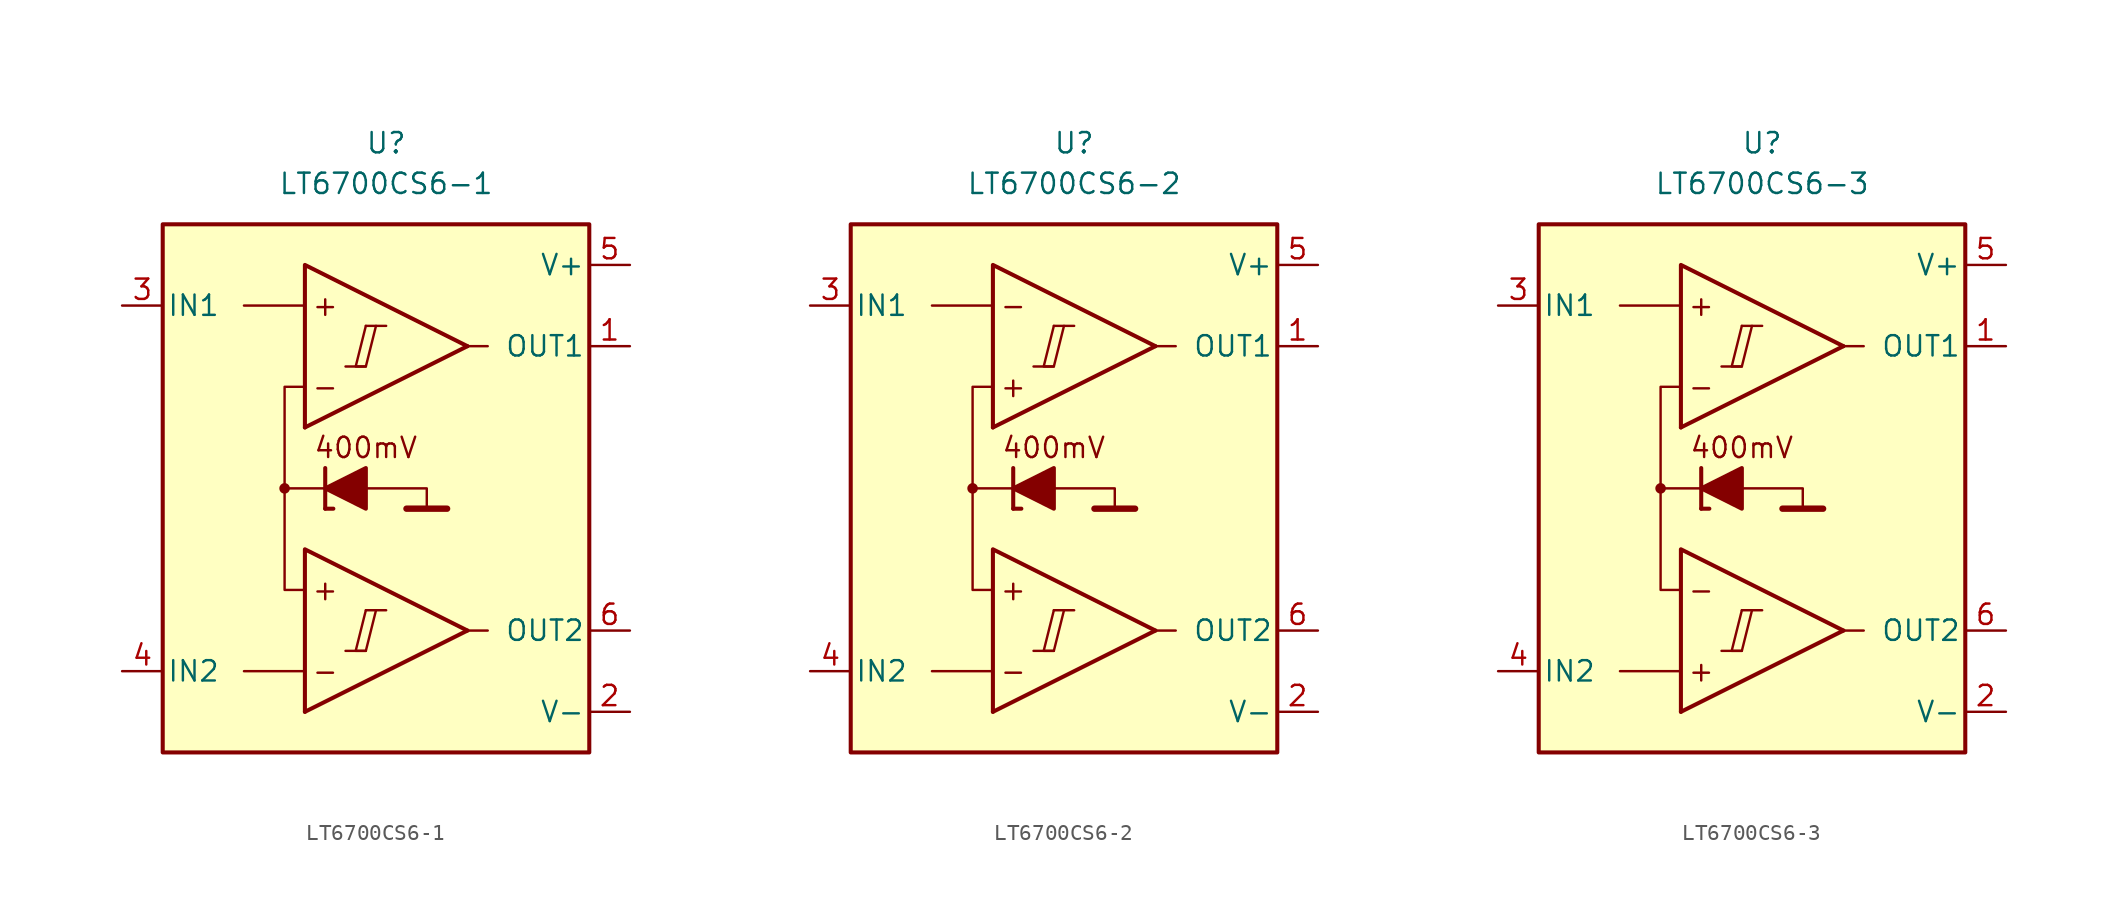
<source format=kicad_sym>
(kicad_symbol_lib
  (version 20231120)
  (generator "kicad_symbol_editor")
  (generator_version "8.0")
  (symbol "LT6700CS6-1"
    (pin_names
      (offset 0.254))
    (property "Reference" "U"
      (at 0 22.86 0)
      (effects (font (size 1.27 1.27))))
    (property "Value" "LT6700CS6-1"
      (at 0 20.32 0)
      (effects (font (size 1.27 1.27))))
    (symbol "LT6700CS6-1_0_0"
      (rectangle (start -13.97 17.78) (end 12.7 -15.24) (stroke (width 0.254) (type default)) (fill (type background)))
      (circle (center -6.35 1.27) (radius 0.254) (stroke (width 0.152) (type default)) (fill (type outline)))
      (polyline (pts (xy -2.54 -8.89) (xy -1.27 -8.89)) (stroke (width 0.152) (type default)) (fill (type none)))
      (polyline (pts (xy -2.54 8.89) (xy -1.27 8.89)) (stroke (width 0.152) (type default)) (fill (type none)))
      (polyline (pts (xy -1.27 -6.35) (xy 0 -6.35)) (stroke (width 0.152) (type default)) (fill (type none)))
      (polyline (pts (xy -1.27 11.43) (xy 0 11.43)) (stroke (width 0.152) (type default)) (fill (type none)))
      (polyline (pts (xy 5.08 -7.62) (xy -5.08 -12.7)) (stroke (width 0.254) (type default)) (fill (type none)))
      (polyline (pts (xy 5.08 10.16) (xy -5.08 5.08)) (stroke (width 0.254) (type default)) (fill (type none)))
      (polyline (pts (xy 5.08 -7.62) (xy -5.08 -2.54) (xy -5.08 -12.7)) (stroke (width 0.254) (type default)) (fill (type background)))
      (polyline (pts (xy 5.08 10.16) (xy -5.08 15.24) (xy -5.08 5.08)) (stroke (width 0.254) (type default)) (fill (type background)))
      (polyline (pts (xy -1.27 -6.35) (xy -1.905 -8.89) (xy -1.27 -8.89) (xy -0.635 -6.35)) (stroke (width 0.152) (type default)) (fill (type none)))
      (polyline (pts (xy -1.27 11.43) (xy -1.905 8.89) (xy -1.27 8.89) (xy -0.635 11.43)) (stroke (width 0.152) (type default)) (fill (type none)))
      (text "+" (at -3.81 -5.08 0) (effects (font (size 1.27 1.27))))
      (text "+" (at -3.81 12.7 0) (effects (font (size 1.27 1.27))))
      (text "-" (at -3.81 -10.16 0) (effects (font (size 1.27 1.27))))
      (text "-" (at -3.81 7.62 0) (effects (font (size 1.27 1.27)))))
    (symbol "LT6700CS6-1_0_1"
      (polyline (pts (xy -5.08 -10.16) (xy -8.89 -10.16)) (stroke (width 0) (type default)) (fill (type none)))
      (polyline (pts (xy -5.08 12.7) (xy -8.89 12.7)) (stroke (width 0) (type default)) (fill (type none)))
      (polyline (pts (xy -3.81 0) (xy -3.81 2.54)) (stroke (width 0.254) (type default)) (fill (type none)))
      (polyline (pts (xy -3.81 0) (xy -3.302 0)) (stroke (width 0.254) (type default)) (fill (type none)))
      (polyline (pts (xy -3.81 1.27) (xy -6.35 1.27)) (stroke (width 0.152) (type default)) (fill (type none)))
      (polyline (pts (xy 1.27 0) (xy 3.81 0)) (stroke (width 0.4) (type default)) (fill (type none)))
      (polyline (pts (xy 5.08 -7.62) (xy 6.35 -7.62)) (stroke (width 0) (type default)) (fill (type none)))
      (polyline (pts (xy 5.08 10.16) (xy 6.35 10.16)) (stroke (width 0) (type default)) (fill (type none)))
      (polyline (pts (xy -1.27 1.27) (xy 2.54 1.27) (xy 2.54 0)) (stroke (width 0.152) (type default)) (fill (type none)))
      (polyline (pts (xy -5.08 -5.08) (xy -6.35 -5.08) (xy -6.35 7.62) (xy -5.08 7.62)) (stroke (width 0.152) (type default)) (fill (type none)))
      (polyline (pts (xy -1.27 2.54) (xy -1.27 0) (xy -3.81 1.27) (xy -1.27 2.54)) (stroke (width 0.254) (type default)) (fill (type outline))))
    (symbol "LT6700CS6-1_1_0"
      (text "400mV" (at -1.27 3.81 0) (effects (font (size 1.27 1.27)))))
    (symbol "LT6700CS6-1_1_1"
      (pin output line (at 15.24 10.16 180) (length 2.54) (name "OUT1" (effects (font (size 1.27 1.27)))) (number "1" (effects (font (size 1.27 1.27)))))
      (pin power_in line (at 15.24 -12.7 180) (length 2.54) (name "V-" (effects (font (size 1.27 1.27)))) (number "2" (effects (font (size 1.27 1.27)))))
      (pin input line (at -16.51 12.7 0) (length 2.54) (name "IN1" (effects (font (size 1.27 1.27)))) (number "3" (effects (font (size 1.27 1.27)))))
      (pin input line (at -16.51 -10.16 0) (length 2.54) (name "IN2" (effects (font (size 1.27 1.27)))) (number "4" (effects (font (size 1.27 1.27)))))
      (pin power_in line (at 15.24 15.24 180) (length 2.54) (name "V+" (effects (font (size 1.27 1.27)))) (number "5" (effects (font (size 1.27 1.27)))))
      (pin output line (at 15.24 -7.62 180) (length 2.54) (name "OUT2" (effects (font (size 1.27 1.27)))) (number "6" (effects (font (size 1.27 1.27)))))))
  (symbol "LT6700CS6-2"
    (pin_names
      (offset 0.254))
    (property "Reference" "U"
      (at 0 22.86 0)
      (effects (font (size 1.27 1.27))))
    (property "Value" "LT6700CS6-2"
      (at 0 20.32 0)
      (effects (font (size 1.27 1.27))))
    (symbol "LT6700CS6-2_0_0"
      (rectangle (start -13.97 17.78) (end 12.7 -15.24) (stroke (width 0.254) (type default)) (fill (type background)))
      (circle (center -6.35 1.27) (radius 0.254) (stroke (width 0.152) (type default)) (fill (type outline)))
      (polyline (pts (xy -2.54 -8.89) (xy -1.27 -8.89)) (stroke (width 0.152) (type default)) (fill (type none)))
      (polyline (pts (xy -2.54 8.89) (xy -1.27 8.89)) (stroke (width 0.152) (type default)) (fill (type none)))
      (polyline (pts (xy -1.27 -6.35) (xy 0 -6.35)) (stroke (width 0.152) (type default)) (fill (type none)))
      (polyline (pts (xy -1.27 11.43) (xy 0 11.43)) (stroke (width 0.152) (type default)) (fill (type none)))
      (polyline (pts (xy 5.08 -7.62) (xy -5.08 -12.7)) (stroke (width 0.254) (type default)) (fill (type none)))
      (polyline (pts (xy 5.08 10.16) (xy -5.08 5.08)) (stroke (width 0.254) (type default)) (fill (type none)))
      (polyline (pts (xy 5.08 -7.62) (xy -5.08 -2.54) (xy -5.08 -12.7)) (stroke (width 0.254) (type default)) (fill (type background)))
      (polyline (pts (xy 5.08 10.16) (xy -5.08 15.24) (xy -5.08 5.08)) (stroke (width 0.254) (type default)) (fill (type background)))
      (polyline (pts (xy -1.27 -6.35) (xy -1.905 -8.89) (xy -1.27 -8.89) (xy -0.635 -6.35)) (stroke (width 0.152) (type default)) (fill (type none)))
      (polyline (pts (xy -1.27 11.43) (xy -1.905 8.89) (xy -1.27 8.89) (xy -0.635 11.43)) (stroke (width 0.152) (type default)) (fill (type none)))
      (text "+" (at -3.81 -5.08 0) (effects (font (size 1.27 1.27))))
      (text "+" (at -3.81 7.62 0) (effects (font (size 1.27 1.27))))
      (text "-" (at -3.81 -10.16 0) (effects (font (size 1.27 1.27))))
      (text "-" (at -3.81 12.7 0) (effects (font (size 1.27 1.27)))))
    (symbol "LT6700CS6-2_0_1"
      (polyline (pts (xy -5.08 -10.16) (xy -8.89 -10.16)) (stroke (width 0) (type default)) (fill (type none)))
      (polyline (pts (xy -5.08 12.7) (xy -8.89 12.7)) (stroke (width 0) (type default)) (fill (type none)))
      (polyline (pts (xy -3.81 0) (xy -3.81 2.54)) (stroke (width 0.254) (type default)) (fill (type none)))
      (polyline (pts (xy -3.81 0) (xy -3.302 0)) (stroke (width 0.254) (type default)) (fill (type none)))
      (polyline (pts (xy -3.81 1.27) (xy -6.35 1.27)) (stroke (width 0.152) (type default)) (fill (type none)))
      (polyline (pts (xy 1.27 0) (xy 3.81 0)) (stroke (width 0.4) (type default)) (fill (type none)))
      (polyline (pts (xy 5.08 -7.62) (xy 6.35 -7.62)) (stroke (width 0) (type default)) (fill (type none)))
      (polyline (pts (xy 5.08 10.16) (xy 6.35 10.16)) (stroke (width 0) (type default)) (fill (type none)))
      (polyline (pts (xy -1.27 1.27) (xy 2.54 1.27) (xy 2.54 0)) (stroke (width 0.152) (type default)) (fill (type none)))
      (polyline (pts (xy -5.08 -5.08) (xy -6.35 -5.08) (xy -6.35 7.62) (xy -5.08 7.62)) (stroke (width 0.152) (type default)) (fill (type none)))
      (polyline (pts (xy -1.27 2.54) (xy -1.27 0) (xy -3.81 1.27) (xy -1.27 2.54)) (stroke (width 0.254) (type default)) (fill (type outline))))
    (symbol "LT6700CS6-2_1_0"
      (text "400mV" (at -1.27 3.81 0) (effects (font (size 1.27 1.27)))))
    (symbol "LT6700CS6-2_1_1"
      (pin output line (at 15.24 10.16 180) (length 2.54) (name "OUT1" (effects (font (size 1.27 1.27)))) (number "1" (effects (font (size 1.27 1.27)))))
      (pin power_in line (at 15.24 -12.7 180) (length 2.54) (name "V-" (effects (font (size 1.27 1.27)))) (number "2" (effects (font (size 1.27 1.27)))))
      (pin input line (at -16.51 12.7 0) (length 2.54) (name "IN1" (effects (font (size 1.27 1.27)))) (number "3" (effects (font (size 1.27 1.27)))))
      (pin input line (at -16.51 -10.16 0) (length 2.54) (name "IN2" (effects (font (size 1.27 1.27)))) (number "4" (effects (font (size 1.27 1.27)))))
      (pin power_in line (at 15.24 15.24 180) (length 2.54) (name "V+" (effects (font (size 1.27 1.27)))) (number "5" (effects (font (size 1.27 1.27)))))
      (pin output line (at 15.24 -7.62 180) (length 2.54) (name "OUT2" (effects (font (size 1.27 1.27)))) (number "6" (effects (font (size 1.27 1.27)))))))
  (symbol "LT6700CS6-3"
    (pin_names
      (offset 0.254))
    (property "Reference" "U"
      (at 0 22.86 0)
      (effects (font (size 1.27 1.27))))
    (property "Value" "LT6700CS6-3"
      (at 0 20.32 0)
      (effects (font (size 1.27 1.27))))
    (symbol "LT6700CS6-3_0_0"
      (rectangle (start -13.97 17.78) (end 12.7 -15.24) (stroke (width 0.254) (type default)) (fill (type background)))
      (circle (center -6.35 1.27) (radius 0.254) (stroke (width 0.152) (type default)) (fill (type outline)))
      (polyline (pts (xy -2.54 -8.89) (xy -1.27 -8.89)) (stroke (width 0.152) (type default)) (fill (type none)))
      (polyline (pts (xy -2.54 8.89) (xy -1.27 8.89)) (stroke (width 0.152) (type default)) (fill (type none)))
      (polyline (pts (xy -1.27 -6.35) (xy 0 -6.35)) (stroke (width 0.152) (type default)) (fill (type none)))
      (polyline (pts (xy -1.27 11.43) (xy 0 11.43)) (stroke (width 0.152) (type default)) (fill (type none)))
      (polyline (pts (xy 5.08 -7.62) (xy -5.08 -12.7)) (stroke (width 0.254) (type default)) (fill (type none)))
      (polyline (pts (xy 5.08 10.16) (xy -5.08 5.08)) (stroke (width 0.254) (type default)) (fill (type none)))
      (polyline (pts (xy 5.08 -7.62) (xy -5.08 -2.54) (xy -5.08 -12.7)) (stroke (width 0.254) (type default)) (fill (type background)))
      (polyline (pts (xy 5.08 10.16) (xy -5.08 15.24) (xy -5.08 5.08)) (stroke (width 0.254) (type default)) (fill (type background)))
      (polyline (pts (xy -1.27 -6.35) (xy -1.905 -8.89) (xy -1.27 -8.89) (xy -0.635 -6.35)) (stroke (width 0.152) (type default)) (fill (type none)))
      (polyline (pts (xy -1.27 11.43) (xy -1.905 8.89) (xy -1.27 8.89) (xy -0.635 11.43)) (stroke (width 0.152) (type default)) (fill (type none)))
      (text "+" (at -3.81 -10.16 0) (effects (font (size 1.27 1.27))))
      (text "+" (at -3.81 12.7 0) (effects (font (size 1.27 1.27))))
      (text "-" (at -3.81 -5.08 0) (effects (font (size 1.27 1.27))))
      (text "-" (at -3.81 7.62 0) (effects (font (size 1.27 1.27)))))
    (symbol "LT6700CS6-3_0_1"
      (polyline (pts (xy -5.08 -10.16) (xy -8.89 -10.16)) (stroke (width 0) (type default)) (fill (type none)))
      (polyline (pts (xy -5.08 12.7) (xy -8.89 12.7)) (stroke (width 0) (type default)) (fill (type none)))
      (polyline (pts (xy -3.81 0) (xy -3.81 2.54)) (stroke (width 0.254) (type default)) (fill (type none)))
      (polyline (pts (xy -3.81 0) (xy -3.302 0)) (stroke (width 0.254) (type default)) (fill (type none)))
      (polyline (pts (xy -3.81 1.27) (xy -6.35 1.27)) (stroke (width 0.152) (type default)) (fill (type none)))
      (polyline (pts (xy 1.27 0) (xy 3.81 0)) (stroke (width 0.4) (type default)) (fill (type none)))
      (polyline (pts (xy 5.08 -7.62) (xy 6.35 -7.62)) (stroke (width 0) (type default)) (fill (type none)))
      (polyline (pts (xy 5.08 10.16) (xy 6.35 10.16)) (stroke (width 0) (type default)) (fill (type none)))
      (polyline (pts (xy -1.27 1.27) (xy 2.54 1.27) (xy 2.54 0)) (stroke (width 0.152) (type default)) (fill (type none)))
      (polyline (pts (xy -5.08 -5.08) (xy -6.35 -5.08) (xy -6.35 7.62) (xy -5.08 7.62)) (stroke (width 0.152) (type default)) (fill (type none)))
      (polyline (pts (xy -1.27 2.54) (xy -1.27 0) (xy -3.81 1.27) (xy -1.27 2.54)) (stroke (width 0.254) (type default)) (fill (type outline))))
    (symbol "LT6700CS6-3_1_0"
      (text "400mV" (at -1.27 3.81 0) (effects (font (size 1.27 1.27)))))
    (symbol "LT6700CS6-3_1_1"
      (pin output line (at 15.24 10.16 180) (length 2.54) (name "OUT1" (effects (font (size 1.27 1.27)))) (number "1" (effects (font (size 1.27 1.27)))))
      (pin power_in line (at 15.24 -12.7 180) (length 2.54) (name "V-" (effects (font (size 1.27 1.27)))) (number "2" (effects (font (size 1.27 1.27)))))
      (pin input line (at -16.51 12.7 0) (length 2.54) (name "IN1" (effects (font (size 1.27 1.27)))) (number "3" (effects (font (size 1.27 1.27)))))
      (pin input line (at -16.51 -10.16 0) (length 2.54) (name "IN2" (effects (font (size 1.27 1.27)))) (number "4" (effects (font (size 1.27 1.27)))))
      (pin power_in line (at 15.24 15.24 180) (length 2.54) (name "V+" (effects (font (size 1.27 1.27)))) (number "5" (effects (font (size 1.27 1.27)))))
      (pin output line (at 15.24 -7.62 180) (length 2.54) (name "OUT2" (effects (font (size 1.27 1.27)))) (number "6" (effects (font (size 1.27 1.27))))))))
</source>
